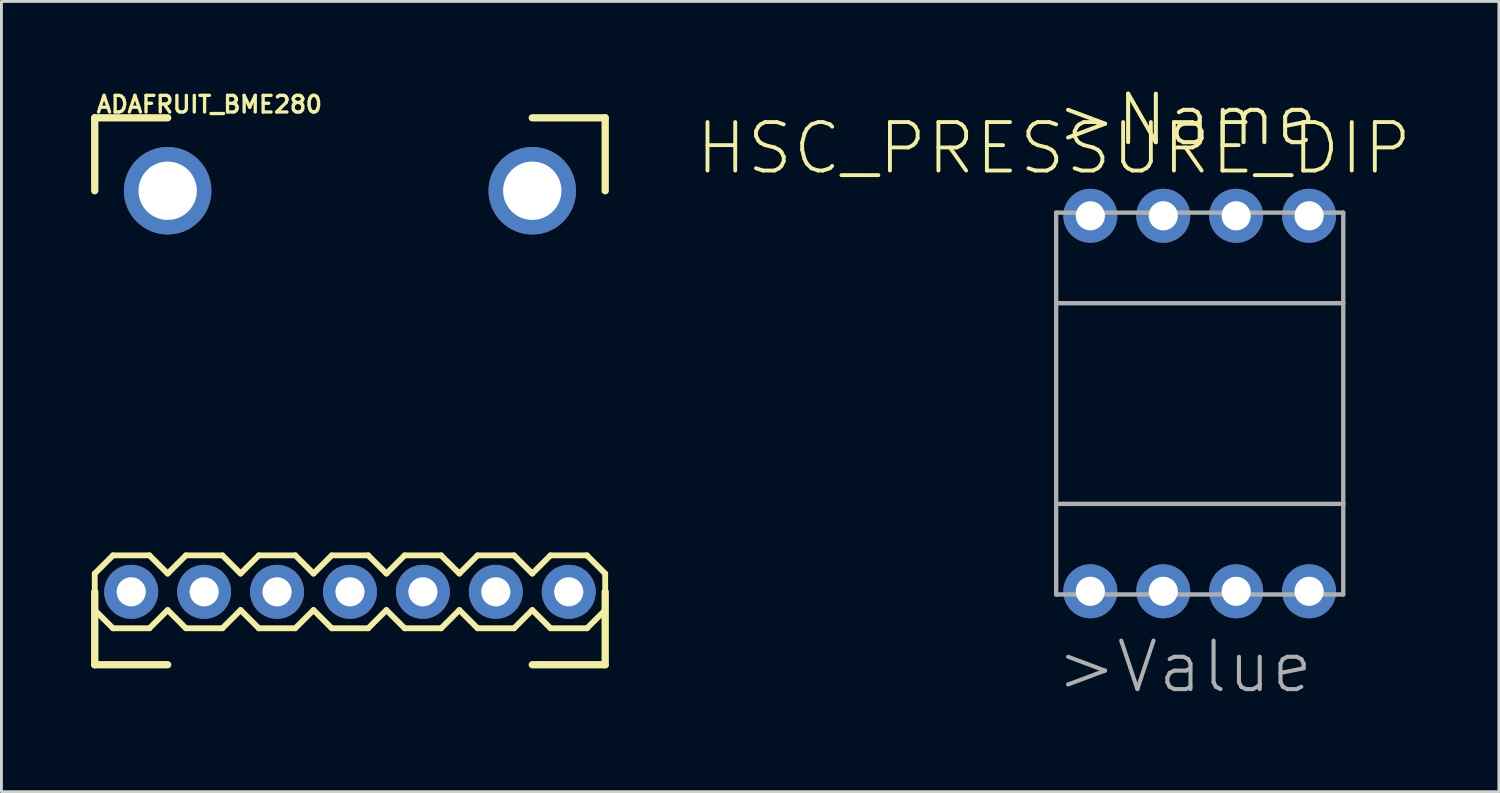
<source format=kicad_pcb>
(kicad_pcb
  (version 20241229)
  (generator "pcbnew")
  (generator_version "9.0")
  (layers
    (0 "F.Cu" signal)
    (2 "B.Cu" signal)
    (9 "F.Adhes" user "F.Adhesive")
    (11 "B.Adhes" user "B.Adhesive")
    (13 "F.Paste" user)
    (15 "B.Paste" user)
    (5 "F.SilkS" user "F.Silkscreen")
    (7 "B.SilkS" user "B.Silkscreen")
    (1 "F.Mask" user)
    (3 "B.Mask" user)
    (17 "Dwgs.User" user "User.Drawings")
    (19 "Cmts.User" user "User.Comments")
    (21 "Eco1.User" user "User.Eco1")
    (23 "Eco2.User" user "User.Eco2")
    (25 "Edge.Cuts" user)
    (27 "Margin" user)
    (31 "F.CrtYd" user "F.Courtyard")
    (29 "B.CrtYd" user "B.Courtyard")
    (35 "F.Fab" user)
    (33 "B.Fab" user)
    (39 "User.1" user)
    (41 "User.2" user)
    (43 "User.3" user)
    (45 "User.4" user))
  (footprint "HSC_PRESSURE_DIP"
    (layer "F.Cu")
    (at 38.738 11.006)
    (property "Reference" "HSC_PRESSURE_DIP" (at -5.08 -8.89 0) (layer "F.SilkS") (effects (font (size 1.689 1.689) (thickness 0.135))))
    (attr through_hole)
    (fp_line (start -5 -6.65) (end 5 -6.65) (stroke (width 0.152) (type solid)) (layer "F.Fab"))
    (fp_line (start -5 -3.495) (end -5 -6.65) (stroke (width 0.152) (type solid)) (layer "F.Fab"))
    (fp_line (start -5 -3.495) (end 5 -3.495) (stroke (width 0.152) (type solid)) (layer "F.Fab"))
    (fp_line (start -5 3.495) (end -5 -3.495) (stroke (width 0.152) (type solid)) (layer "F.Fab"))
    (fp_line (start -5 6.65) (end -5 3.495) (stroke (width 0.152) (type solid)) (layer "F.Fab"))
    (fp_line (start 5 -6.65) (end 5 -3.495) (stroke (width 0.152) (type solid)) (layer "F.Fab"))
    (fp_line (start 5 -3.495) (end 5 3.495) (stroke (width 0.152) (type solid)) (layer "F.Fab"))
    (fp_line (start 5 3.495) (end -5 3.495) (stroke (width 0.152) (type solid)) (layer "F.Fab"))
    (fp_line (start 5 3.495) (end 5 6.65) (stroke (width 0.152) (type solid)) (layer "F.Fab"))
    (fp_line (start 5 6.65) (end -5 6.65) (stroke (width 0.152) (type solid)) (layer "F.Fab"))
    (fp_text user ">Name" (at -5.08 -8.89 0) (layer "F.SilkS") (effects (font (size 1.689 1.689) (thickness 0.142)) (justify left bottom)))
    (fp_text user "" (at -4.3 -1.4 0) (layer "F.SilkS") (effects (font (size 0.965 0.965) (thickness 0.081)) (justify left bottom)))
    (fp_text user "" (at -4.3 2.1 0) (layer "F.SilkS") (effects (font (size 0.965 0.965) (thickness 0.081)) (justify left bottom)))
    (fp_text user "" (at -4.318 1.27 180) (layer "B.SilkS") (effects (font (size 0.965 0.965) (thickness 0.081)) (justify left bottom mirror)))
    (fp_text user "" (at -4.318 -2.54 180) (layer "B.SilkS") (effects (font (size 0.965 0.965) (thickness 0.081)) (justify left bottom mirror)))
    (fp_text user ">Value" (at -5.08 10.16 0) (layer "F.Fab") (effects (font (size 1.689 1.689) (thickness 0.142)) (justify left bottom)))
    (pad "1" thru_hole circle (at -3.81 6.54) (size 1.88 1.88) (drill 1.016) (layers "*.Cu" "*.Mask"))
    (pad "2" thru_hole circle (at -1.27 6.54) (size 1.88 1.88) (drill 1.016) (layers "*.Cu" "*.Mask"))
    (pad "3" thru_hole circle (at 1.27 6.54) (size 1.88 1.88) (drill 1.016) (layers "*.Cu" "*.Mask"))
    (pad "4" thru_hole circle (at 3.81 6.54) (size 1.88 1.88) (drill 1.016) (layers "*.Cu" "*.Mask"))
    (pad "5" thru_hole circle (at 3.81 -6.54) (size 1.88 1.88) (drill 1.016) (layers "*.Cu" "*.Mask"))
    (pad "6" thru_hole circle (at 1.27 -6.54) (size 1.88 1.88) (drill 1.016) (layers "*.Cu" "*.Mask"))
    (pad "7" thru_hole circle (at -1.27 -6.54) (size 1.88 1.88) (drill 1.016) (layers "*.Cu" "*.Mask"))
    (pad "8" thru_hole circle (at -3.81 -6.54) (size 1.88 1.88) (drill 1.016) (layers "*.Cu" "*.Mask")))
  (footprint "ADAFRUIT_BME280"
    (layer "F.Cu")
    (at 0.25 20.104)
    (property "Reference" "ADAFRUIT_BME280" (at 0 -19.177 0) (layer "F.SilkS") (effects (font (size 0.579 0.579) (thickness 0.116)) (justify left bottom)))
    (attr through_hole)
    (fp_line (start 0 -19.05) (end 2.54 -19.05) (stroke (width 0.254) (type solid)) (layer "F.SilkS"))
    (fp_line (start 0 -16.51) (end 0 -19.05) (stroke (width 0.254) (type solid)) (layer "F.SilkS"))
    (fp_line (start 0 -3.175) (end 0 -2.54) (stroke (width 0.203) (type solid)) (layer "F.SilkS"))
    (fp_line (start 0 -2.54) (end 0 -1.905) (stroke (width 0.203) (type solid)) (layer "F.SilkS"))
    (fp_line (start 0 -1.905) (end 0.635 -1.27) (stroke (width 0.203) (type solid)) (layer "F.SilkS"))
    (fp_line (start 0 0) (end 0 -2.54) (stroke (width 0.254) (type solid)) (layer "F.SilkS"))
    (fp_line (start 0.635 -3.81) (end 0 -3.175) (stroke (width 0.203) (type solid)) (layer "F.SilkS"))
    (fp_line (start 0.635 -3.81) (end 1.905 -3.81) (stroke (width 0.203) (type solid)) (layer "F.SilkS"))
    (fp_line (start 1.905 -3.81) (end 2.54 -3.175) (stroke (width 0.203) (type solid)) (layer "F.SilkS"))
    (fp_line (start 1.905 -1.27) (end 0.635 -1.27) (stroke (width 0.203) (type solid)) (layer "F.SilkS"))
    (fp_line (start 2.54 -3.175) (end 3.175 -3.81) (stroke (width 0.203) (type solid)) (layer "F.SilkS"))
    (fp_line (start 2.54 -1.905) (end 1.905 -1.27) (stroke (width 0.203) (type solid)) (layer "F.SilkS"))
    (fp_line (start 2.54 0) (end 0 0) (stroke (width 0.254) (type solid)) (layer "F.SilkS"))
    (fp_line (start 3.175 -3.81) (end 4.445 -3.81) (stroke (width 0.203) (type solid)) (layer "F.SilkS"))
    (fp_line (start 3.175 -1.27) (end 2.54 -1.905) (stroke (width 0.203) (type solid)) (layer "F.SilkS"))
    (fp_line (start 4.445 -3.81) (end 5.08 -3.175) (stroke (width 0.203) (type solid)) (layer "F.SilkS"))
    (fp_line (start 4.445 -1.27) (end 3.175 -1.27) (stroke (width 0.203) (type solid)) (layer "F.SilkS"))
    (fp_line (start 5.08 -3.175) (end 5.715 -3.81) (stroke (width 0.203) (type solid)) (layer "F.SilkS"))
    (fp_line (start 5.08 -1.905) (end 4.445 -1.27) (stroke (width 0.203) (type solid)) (layer "F.SilkS"))
    (fp_line (start 5.715 -3.81) (end 6.985 -3.81) (stroke (width 0.203) (type solid)) (layer "F.SilkS"))
    (fp_line (start 5.715 -1.27) (end 5.08 -1.905) (stroke (width 0.203) (type solid)) (layer "F.SilkS"))
    (fp_line (start 6.985 -3.81) (end 7.62 -3.175) (stroke (width 0.203) (type solid)) (layer "F.SilkS"))
    (fp_line (start 6.985 -1.27) (end 5.715 -1.27) (stroke (width 0.203) (type solid)) (layer "F.SilkS"))
    (fp_line (start 7.62 -1.905) (end 6.985 -1.27) (stroke (width 0.203) (type solid)) (layer "F.SilkS"))
    (fp_line (start 7.62 -1.905) (end 8.255 -1.27) (stroke (width 0.203) (type solid)) (layer "F.SilkS"))
    (fp_line (start 8.255 -3.81) (end 7.62 -3.175) (stroke (width 0.203) (type solid)) (layer "F.SilkS"))
    (fp_line (start 8.255 -3.81) (end 9.525 -3.81) (stroke (width 0.203) (type solid)) (layer "F.SilkS"))
    (fp_line (start 9.525 -3.81) (end 10.16 -3.175) (stroke (width 0.203) (type solid)) (layer "F.SilkS"))
    (fp_line (start 9.525 -1.27) (end 8.255 -1.27) (stroke (width 0.203) (type solid)) (layer "F.SilkS"))
    (fp_line (start 10.16 -3.175) (end 10.795 -3.81) (stroke (width 0.203) (type solid)) (layer "F.SilkS"))
    (fp_line (start 10.16 -1.905) (end 9.525 -1.27) (stroke (width 0.203) (type solid)) (layer "F.SilkS"))
    (fp_line (start 10.795 -3.81) (end 12.065 -3.81) (stroke (width 0.203) (type solid)) (layer "F.SilkS"))
    (fp_line (start 10.795 -1.27) (end 10.16 -1.905) (stroke (width 0.203) (type solid)) (layer "F.SilkS"))
    (fp_line (start 12.065 -3.81) (end 12.7 -3.175) (stroke (width 0.203) (type solid)) (layer "F.SilkS"))
    (fp_line (start 12.065 -1.27) (end 10.795 -1.27) (stroke (width 0.203) (type solid)) (layer "F.SilkS"))
    (fp_line (start 12.7 -3.175) (end 13.335 -3.81) (stroke (width 0.203) (type solid)) (layer "F.SilkS"))
    (fp_line (start 12.7 -1.905) (end 12.065 -1.27) (stroke (width 0.203) (type solid)) (layer "F.SilkS"))
    (fp_line (start 13.335 -3.81) (end 14.605 -3.81) (stroke (width 0.203) (type solid)) (layer "F.SilkS"))
    (fp_line (start 13.335 -1.27) (end 12.7 -1.905) (stroke (width 0.203) (type solid)) (layer "F.SilkS"))
    (fp_line (start 14.605 -3.81) (end 15.24 -3.175) (stroke (width 0.203) (type solid)) (layer "F.SilkS"))
    (fp_line (start 14.605 -1.27) (end 13.335 -1.27) (stroke (width 0.203) (type solid)) (layer "F.SilkS"))
    (fp_line (start 15.24 -19.05) (end 17.78 -19.05) (stroke (width 0.254) (type solid)) (layer "F.SilkS"))
    (fp_line (start 15.24 -1.905) (end 14.605 -1.27) (stroke (width 0.203) (type solid)) (layer "F.SilkS"))
    (fp_line (start 15.24 -1.905) (end 15.875 -1.27) (stroke (width 0.203) (type solid)) (layer "F.SilkS"))
    (fp_line (start 15.24 0) (end 17.78 0) (stroke (width 0.254) (type solid)) (layer "F.SilkS"))
    (fp_line (start 15.875 -3.81) (end 15.24 -3.175) (stroke (width 0.203) (type solid)) (layer "F.SilkS"))
    (fp_line (start 15.875 -3.81) (end 17.145 -3.81) (stroke (width 0.203) (type solid)) (layer "F.SilkS"))
    (fp_line (start 17.145 -3.81) (end 17.78 -3.175) (stroke (width 0.203) (type solid)) (layer "F.SilkS"))
    (fp_line (start 17.145 -1.27) (end 15.875 -1.27) (stroke (width 0.203) (type solid)) (layer "F.SilkS"))
    (fp_line (start 17.78 -19.05) (end 17.78 -16.51) (stroke (width 0.254) (type solid)) (layer "F.SilkS"))
    (fp_line (start 17.78 -3.175) (end 17.78 -2.54) (stroke (width 0.203) (type solid)) (layer "F.SilkS"))
    (fp_line (start 17.78 -2.54) (end 17.78 -1.905) (stroke (width 0.203) (type solid)) (layer "F.SilkS"))
    (fp_line (start 17.78 -1.905) (end 17.145 -1.27) (stroke (width 0.203) (type solid)) (layer "F.SilkS"))
    (fp_line (start 17.78 0) (end 17.78 -2.54) (stroke (width 0.254) (type solid)) (layer "F.SilkS"))
    (fp_poly (pts (xy 1.016 -2.286) (xy 1.524 -2.286) (xy 1.524 -2.794) (xy 1.016 -2.794)) (stroke (width 0.1) (type solid)) (fill no) (layer "F.Fab"))
    (fp_poly (pts (xy 3.556 -2.286) (xy 4.064 -2.286) (xy 4.064 -2.794) (xy 3.556 -2.794)) (stroke (width 0.1) (type solid)) (fill no) (layer "F.Fab"))
    (fp_poly (pts (xy 6.096 -2.286) (xy 6.604 -2.286) (xy 6.604 -2.794) (xy 6.096 -2.794)) (stroke (width 0.1) (type solid)) (fill no) (layer "F.Fab"))
    (fp_poly (pts (xy 8.636 -2.286) (xy 9.144 -2.286) (xy 9.144 -2.794) (xy 8.636 -2.794)) (stroke (width 0.1) (type solid)) (fill no) (layer "F.Fab"))
    (fp_poly (pts (xy 11.176 -2.286) (xy 11.684 -2.286) (xy 11.684 -2.794) (xy 11.176 -2.794)) (stroke (width 0.1) (type solid)) (fill no) (layer "F.Fab"))
    (fp_poly (pts (xy 13.716 -2.286) (xy 14.224 -2.286) (xy 14.224 -2.794) (xy 13.716 -2.794)) (stroke (width 0.1) (type solid)) (fill no) (layer "F.Fab"))
    (fp_poly (pts (xy 16.256 -2.286) (xy 16.764 -2.286) (xy 16.764 -2.794) (xy 16.256 -2.794)) (stroke (width 0.1) (type solid)) (fill no) (layer "F.Fab"))
    (pad "1" thru_hole circle (at 1.27 -2.54 90) (size 1.88 1.88) (drill 1.016) (layers "*.Cu" "*.Mask"))
    (pad "2" thru_hole circle (at 3.81 -2.54 90) (size 1.88 1.88) (drill 1.016) (layers "*.Cu" "*.Mask"))
    (pad "3" thru_hole circle (at 6.35 -2.54 90) (size 1.88 1.88) (drill 1.016) (layers "*.Cu" "*.Mask"))
    (pad "4" thru_hole circle (at 8.89 -2.54 90) (size 1.88 1.88) (drill 1.016) (layers "*.Cu" "*.Mask"))
    (pad "5" thru_hole circle (at 11.43 -2.54 90) (size 1.88 1.88) (drill 1.016) (layers "*.Cu" "*.Mask"))
    (pad "6" thru_hole circle (at 13.97 -2.54 90) (size 1.88 1.88) (drill 1.016) (layers "*.Cu" "*.Mask"))
    (pad "7" thru_hole circle (at 16.51 -2.54 90) (size 1.88 1.88) (drill 1.016) (layers "*.Cu" "*.Mask"))
    (pad "MOUNT1" thru_hole circle (at 2.54 -16.51) (size 3.048 3.048) (drill 2.032) (layers "*.Cu" "*.Mask"))
    (pad "MOUNT2" thru_hole circle (at 15.24 -16.51) (size 3.048 3.048) (drill 2.032) (layers "*.Cu" "*.Mask")))
  (gr_rect
    (start -3 -3)
    (end 49.159 24.526)
    (stroke (width 0.1) (type default))
    (fill no)
    (layer "Edge.Cuts")))
</source>
